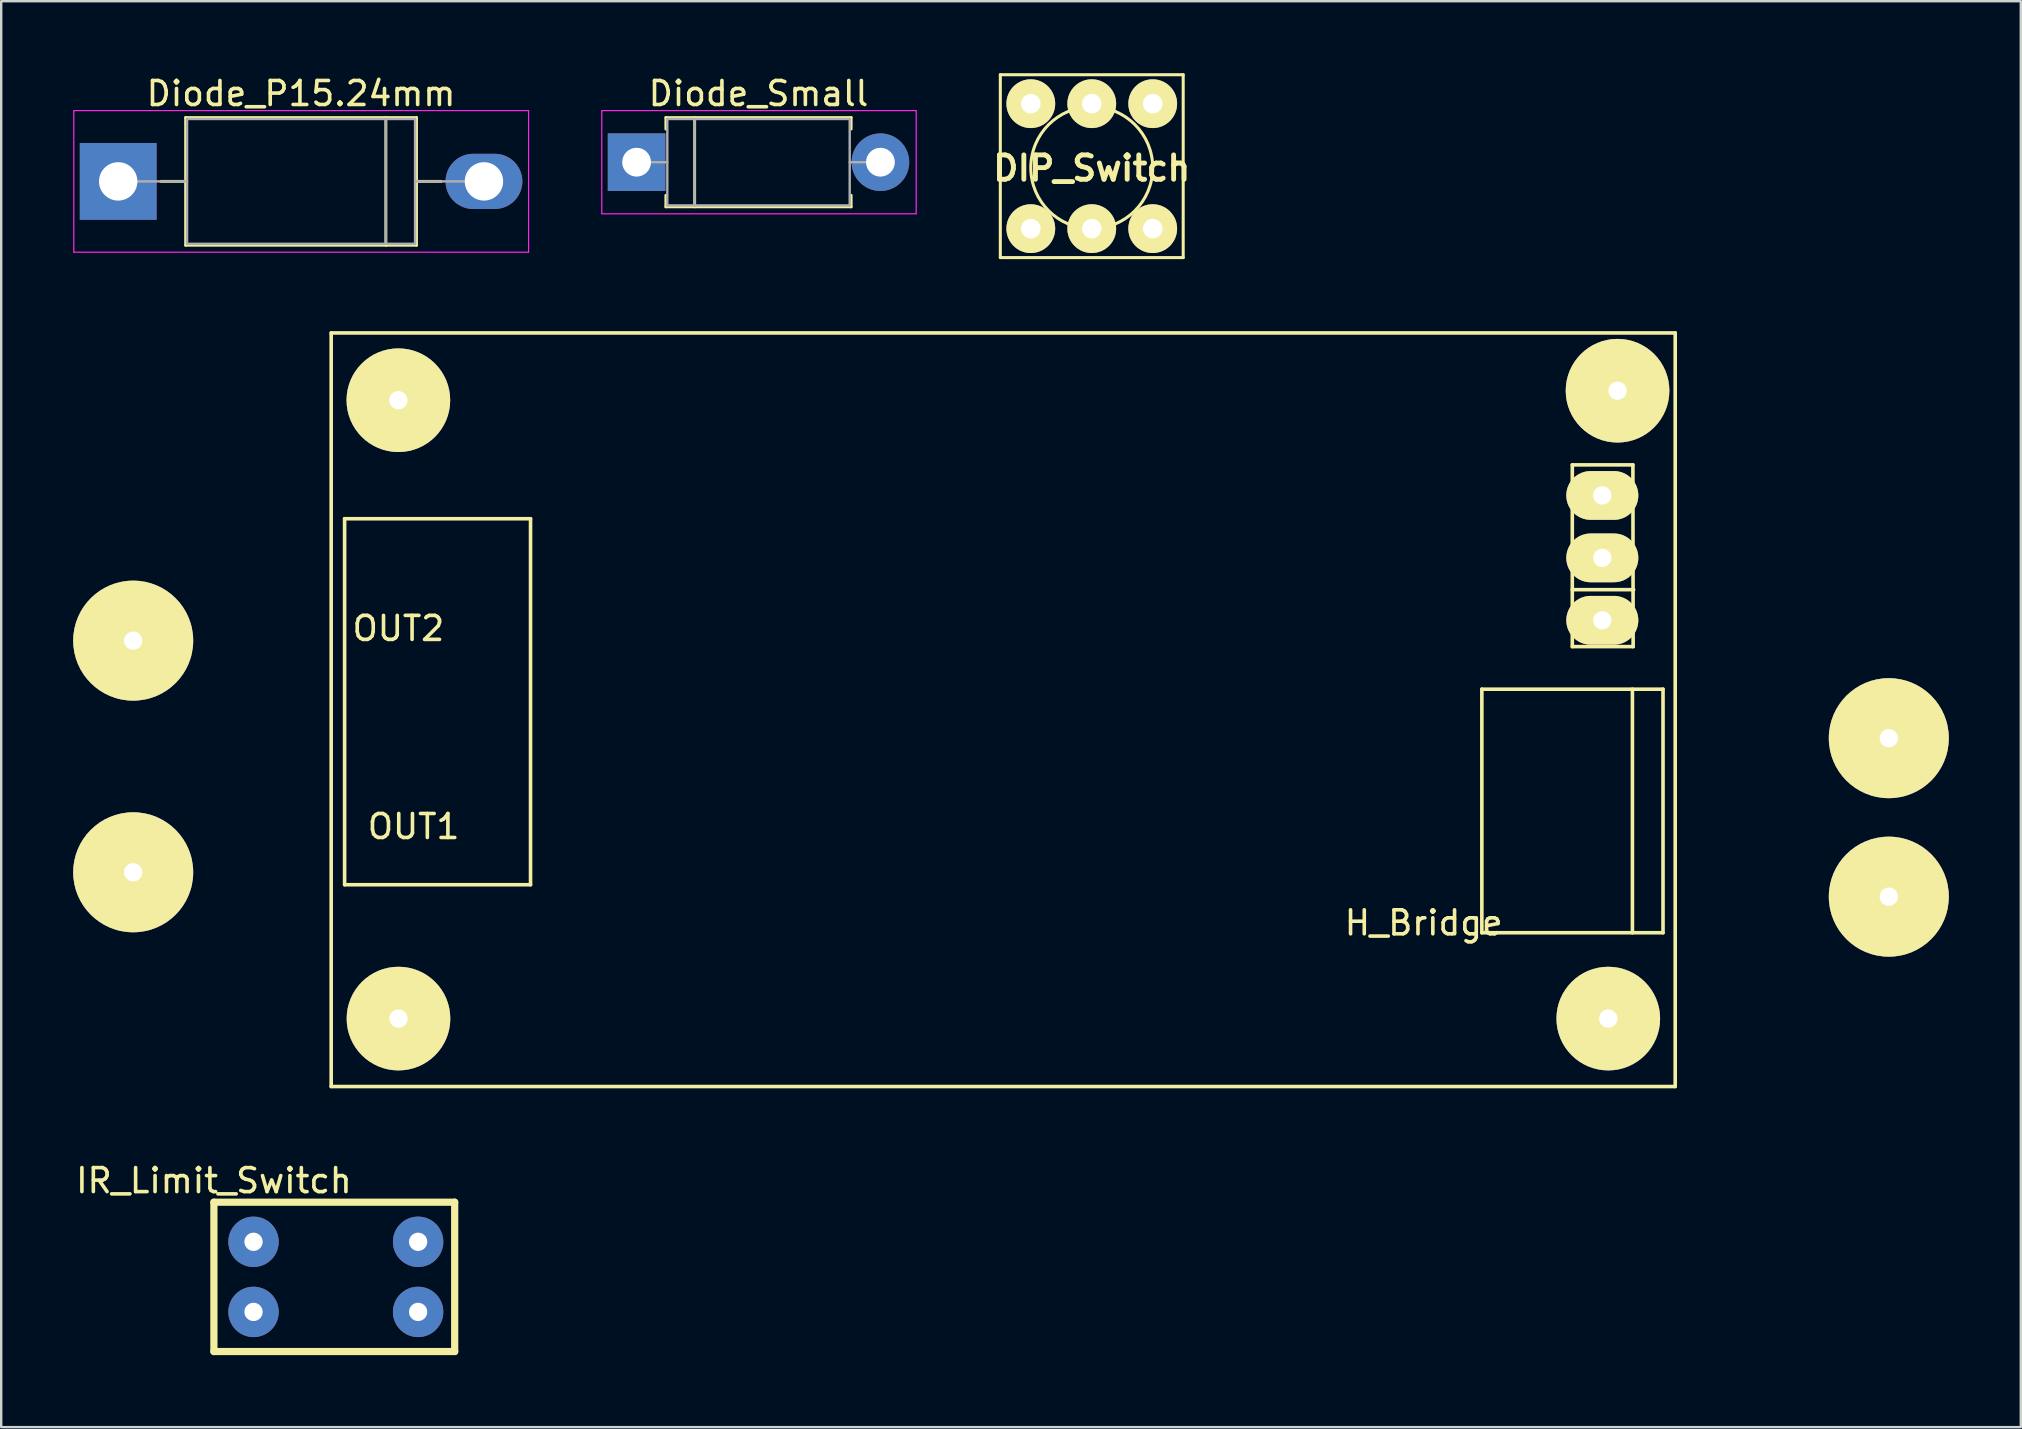
<source format=kicad_pcb>
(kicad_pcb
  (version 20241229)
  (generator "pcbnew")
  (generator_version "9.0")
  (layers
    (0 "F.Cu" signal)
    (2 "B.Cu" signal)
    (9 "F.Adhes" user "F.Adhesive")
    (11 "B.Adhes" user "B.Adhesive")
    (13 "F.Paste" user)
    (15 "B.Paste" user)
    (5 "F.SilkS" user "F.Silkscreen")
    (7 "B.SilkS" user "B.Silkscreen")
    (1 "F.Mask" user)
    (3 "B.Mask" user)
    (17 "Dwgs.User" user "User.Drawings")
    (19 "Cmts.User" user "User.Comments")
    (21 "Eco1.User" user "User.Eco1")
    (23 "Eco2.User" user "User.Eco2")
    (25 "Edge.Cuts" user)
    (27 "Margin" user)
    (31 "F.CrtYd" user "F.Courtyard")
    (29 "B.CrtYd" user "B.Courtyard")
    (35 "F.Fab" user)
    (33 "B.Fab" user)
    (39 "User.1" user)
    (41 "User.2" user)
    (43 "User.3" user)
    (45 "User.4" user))
  (footprint "DIP_Switch"
    (layer "F.Cu")
    (at 42.441 3.81)
    (property "Reference" "DIP_Switch" (at 0 0.15 0) (layer "F.SilkS") (effects (font (size 1.016 1.016) (thickness 0.203))))
    (attr through_hole)
    (fp_line (start -3.81 -3.747) (end -3.81 3.873) (stroke (width 0.127) (type solid)) (layer "F.SilkS"))
    (fp_line (start -3.81 -3.747) (end 3.81 -3.747) (stroke (width 0.127) (type solid)) (layer "F.SilkS"))
    (fp_line (start 3.81 -3.747) (end 3.81 3.873) (stroke (width 0.127) (type solid)) (layer "F.SilkS"))
    (fp_line (start 3.81 3.873) (end -3.81 3.873) (stroke (width 0.127) (type solid)) (layer "F.SilkS"))
    (fp_circle (center 0 0.127) (end 0 -2.413) (stroke (width 0.127) (type solid)) (fill no) (layer "F.SilkS"))
    (pad "" thru_hole circle (at -2.54 -2.54) (size 2.032 2.032) (drill 0.813) (layers "*.Cu" "*.Mask" "F.SilkS"))
    (pad "" thru_hole circle (at -2.54 2.667) (size 2.032 2.032) (drill 0.813) (layers "*.Cu" "*.Mask" "F.SilkS"))
    (pad "" thru_hole circle (at 0 -2.54) (size 2.032 2.032) (drill 0.813) (layers "*.Cu" "*.Mask" "F.SilkS"))
    (pad "" thru_hole circle (at 2.54 -2.54) (size 2.032 2.032) (drill 0.813) (layers "*.Cu" "*.Mask" "F.SilkS"))
    (pad "1" thru_hole circle (at 0 2.667) (size 2.032 2.032) (drill 0.813) (layers "*.Cu" "*.Mask" "F.SilkS"))
    (pad "2" thru_hole circle (at 2.54 2.667) (size 2.032 2.032) (drill 0.813) (layers "*.Cu" "*.Mask" "F.SilkS")))
  (footprint "Diode_P15.24mm"
    (layer "F.Cu")
    (at 1.875 4.508)
    (property "Reference" "Diode_P15.24mm" (at 7.62 -3.66 0) (layer "F.SilkS") (effects (font (size 1 1) (thickness 0.15))))
    (attr through_hole)
    (fp_line (start 1.78 0) (end 2.81 0) (stroke (width 0.12) (type solid)) (layer "F.SilkS"))
    (fp_line (start 2.81 -2.66) (end 2.81 2.66) (stroke (width 0.12) (type solid)) (layer "F.SilkS"))
    (fp_line (start 2.81 2.66) (end 12.43 2.66) (stroke (width 0.12) (type solid)) (layer "F.SilkS"))
    (fp_line (start 11.153 -2.66) (end 11.153 2.66) (stroke (width 0.12) (type solid)) (layer "F.SilkS"))
    (fp_line (start 12.43 -2.66) (end 2.81 -2.66) (stroke (width 0.12) (type solid)) (layer "F.SilkS"))
    (fp_line (start 12.43 2.66) (end 12.43 -2.66) (stroke (width 0.12) (type solid)) (layer "F.SilkS"))
    (fp_line (start 13.46 0) (end 12.43 0) (stroke (width 0.12) (type solid)) (layer "F.SilkS"))
    (fp_line (start -1.85 -2.95) (end -1.85 2.95) (stroke (width 0.05) (type solid)) (layer "F.CrtYd"))
    (fp_line (start -1.85 2.95) (end 17.1 2.95) (stroke (width 0.05) (type solid)) (layer "F.CrtYd"))
    (fp_line (start 17.1 -2.95) (end -1.85 -2.95) (stroke (width 0.05) (type solid)) (layer "F.CrtYd"))
    (fp_line (start 17.1 2.95) (end 17.1 -2.95) (stroke (width 0.05) (type solid)) (layer "F.CrtYd"))
    (fp_line (start 0 0) (end 2.87 0) (stroke (width 0.1) (type solid)) (layer "F.Fab"))
    (fp_line (start 2.87 -2.6) (end 2.87 2.6) (stroke (width 0.1) (type solid)) (layer "F.Fab"))
    (fp_line (start 2.87 2.6) (end 12.37 2.6) (stroke (width 0.1) (type solid)) (layer "F.Fab"))
    (fp_line (start 11.153 -2.6) (end 11.153 2.6) (stroke (width 0.1) (type solid)) (layer "F.Fab"))
    (fp_line (start 12.37 -2.6) (end 2.87 -2.6) (stroke (width 0.1) (type solid)) (layer "F.Fab"))
    (fp_line (start 12.37 2.6) (end 12.37 -2.6) (stroke (width 0.1) (type solid)) (layer "F.Fab"))
    (fp_line (start 15.24 0) (end 12.37 0) (stroke (width 0.1) (type solid)) (layer "F.Fab"))
    (pad "1" thru_hole rect (at 0 0) (size 3.2 3.2) (drill 1.6) (layers "*.Cu" "*.Mask"))
    (pad "2" thru_hole oval (at 15.24 0) (size 3.2 2.3) (drill 1.6) (layers "*.Cu" "*.Mask")))
  (footprint "H_Bridge"
    (layer "F.Cu")
    (at 62.444 28.216)
    (property "Reference" "H_Bridge" (at -6.172 7.188 0) (layer "F.SilkS") (effects (font (size 1 1) (thickness 0.15))))
    (attr through_hole)
    (fp_line (start -51.694 -17.394) (end 4.308 -17.394) (stroke (width 0.15) (type solid)) (layer "F.SilkS"))
    (fp_line (start -51.694 14.006) (end -51.694 -17.394) (stroke (width 0.15) (type solid)) (layer "F.SilkS"))
    (fp_line (start -51.135 -9.652) (end -43.388 -9.652) (stroke (width 0.15) (type solid)) (layer "F.SilkS"))
    (fp_line (start -51.135 5.598) (end -51.135 -9.652) (stroke (width 0.15) (type solid)) (layer "F.SilkS"))
    (fp_line (start -43.388 -9.652) (end -43.388 5.598) (stroke (width 0.15) (type solid)) (layer "F.SilkS"))
    (fp_line (start -43.388 5.598) (end -51.135 5.598) (stroke (width 0.15) (type solid)) (layer "F.SilkS"))
    (fp_line (start -3.749 -2.55) (end 3.8 -2.55) (stroke (width 0.15) (type solid)) (layer "F.SilkS"))
    (fp_line (start -3.749 7.6) (end -3.749 -2.55) (stroke (width 0.15) (type solid)) (layer "F.SilkS"))
    (fp_line (start 0.015 -6.695) (end 2.57 -6.695) (stroke (width 0.15) (type solid)) (layer "F.SilkS"))
    (fp_line (start 0.02 -11.897) (end 2.545 -11.897) (stroke (width 0.15) (type solid)) (layer "F.SilkS"))
    (fp_line (start 0.02 -4.323) (end 0.02 -11.897) (stroke (width 0.15) (type solid)) (layer "F.SilkS"))
    (fp_line (start 2.525 -2.55) (end 2.525 7.6) (stroke (width 0.15) (type solid)) (layer "F.SilkS"))
    (fp_line (start 2.545 -11.897) (end 2.555 -4.323) (stroke (width 0.15) (type solid)) (layer "F.SilkS"))
    (fp_line (start 2.555 -4.323) (end 0.02 -4.323) (stroke (width 0.15) (type solid)) (layer "F.SilkS"))
    (fp_line (start 2.57 -6.695) (end 2.55 -6.701) (stroke (width 0.15) (type solid)) (layer "F.SilkS"))
    (fp_line (start 3.8 -2.55) (end 3.8 7.6) (stroke (width 0.15) (type solid)) (layer "F.SilkS"))
    (fp_line (start 3.8 7.6) (end -3.749 7.6) (stroke (width 0.15) (type solid)) (layer "F.SilkS"))
    (fp_line (start 4.308 -17.394) (end 4.308 14.006) (stroke (width 0.15) (type solid)) (layer "F.SilkS"))
    (fp_line (start 4.308 14.006) (end -51.694 14.006) (stroke (width 0.15) (type solid)) (layer "F.SilkS"))
    (fp_text user "OUT1" (at -48.26 3.175 0) (layer "F.SilkS") (effects (font (size 1 1) (thickness 0.15))))
    (fp_text user "OUT2" (at -48.895 -5.08 0) (layer "F.SilkS") (effects (font (size 1 1) (thickness 0.15))))
    (pad "" thru_hole circle (at -48.895 -14.59) (size 4.318 4.318) (drill 0.762) (layers "*.Cu" "*.Mask" "F.SilkS"))
    (pad "" thru_hole circle (at -48.89 11.176) (size 4.318 4.318) (drill 0.762) (layers "*.Cu" "*.Mask" "F.SilkS"))
    (pad "" thru_hole circle (at 1.519 11.176) (size 4.318 4.318) (drill 0.762) (layers "*.Cu" "*.Mask" "F.SilkS"))
    (pad "" thru_hole circle (at 1.905 -14.986) (size 4.318 4.318) (drill 0.762) (layers "*.Cu" "*.Mask" "F.SilkS"))
    (pad "1" thru_hole circle (at -59.944 5.08) (size 5 5) (drill 0.762) (layers "*.Cu" "*.Mask" "F.SilkS"))
    (pad "2" thru_hole circle (at -59.944 -4.572) (size 5 5) (drill 0.762) (layers "*.Cu" "*.Mask" "F.SilkS"))
    (pad "3" thru_hole oval (at 1.27 -10.622) (size 3 2.032) (drill 0.762) (layers "*.Cu" "*.Mask" "F.SilkS"))
    (pad "4" thru_hole oval (at 1.27 -8.021) (size 3 2.032) (drill 0.762) (layers "*.Cu" "*.Mask" "F.SilkS"))
    (pad "5" thru_hole oval (at 1.27 -5.42) (size 3 2.032) (drill 0.762) (layers "*.Cu" "*.Mask" "F.SilkS"))
    (pad "6" thru_hole circle (at 13.208 6.096) (size 5 5) (drill 0.762) (layers "*.Cu" "*.Mask" "F.SilkS"))
    (pad "7" thru_hole circle (at 13.208 -0.508) (size 5 5) (drill 0.762) (layers "*.Cu" "*.Mask" "F.SilkS")))
  (footprint "Diode_Small"
    (layer "F.Cu")
    (at 23.475 3.708)
    (property "Reference" "Diode_Small" (at 5.08 -2.86 0) (layer "F.SilkS") (effects (font (size 1 1) (thickness 0.15))))
    (attr through_hole)
    (fp_line (start 1.22 -1.86) (end 8.94 -1.86) (stroke (width 0.12) (type solid)) (layer "F.SilkS"))
    (fp_line (start 1.22 -1.38) (end 1.22 -1.86) (stroke (width 0.12) (type solid)) (layer "F.SilkS"))
    (fp_line (start 1.22 1.38) (end 1.22 1.86) (stroke (width 0.12) (type solid)) (layer "F.SilkS"))
    (fp_line (start 1.22 1.86) (end 8.94 1.86) (stroke (width 0.12) (type solid)) (layer "F.SilkS"))
    (fp_line (start 2.42 -1.86) (end 2.42 1.86) (stroke (width 0.12) (type solid)) (layer "F.SilkS"))
    (fp_line (start 8.94 -1.86) (end 8.94 -1.38) (stroke (width 0.12) (type solid)) (layer "F.SilkS"))
    (fp_line (start 8.94 1.86) (end 8.94 1.38) (stroke (width 0.12) (type solid)) (layer "F.SilkS"))
    (fp_line (start -1.45 -2.15) (end -1.45 2.15) (stroke (width 0.05) (type solid)) (layer "F.CrtYd"))
    (fp_line (start -1.45 2.15) (end 11.65 2.15) (stroke (width 0.05) (type solid)) (layer "F.CrtYd"))
    (fp_line (start 11.65 -2.15) (end -1.45 -2.15) (stroke (width 0.05) (type solid)) (layer "F.CrtYd"))
    (fp_line (start 11.65 2.15) (end 11.65 -2.15) (stroke (width 0.05) (type solid)) (layer "F.CrtYd"))
    (fp_line (start 0 0) (end 1.28 0) (stroke (width 0.1) (type solid)) (layer "F.Fab"))
    (fp_line (start 1.28 -1.8) (end 1.28 1.8) (stroke (width 0.1) (type solid)) (layer "F.Fab"))
    (fp_line (start 1.28 1.8) (end 8.88 1.8) (stroke (width 0.1) (type solid)) (layer "F.Fab"))
    (fp_line (start 2.42 -1.8) (end 2.42 1.8) (stroke (width 0.1) (type solid)) (layer "F.Fab"))
    (fp_line (start 8.88 -1.8) (end 1.28 -1.8) (stroke (width 0.1) (type solid)) (layer "F.Fab"))
    (fp_line (start 8.88 1.8) (end 8.88 -1.8) (stroke (width 0.1) (type solid)) (layer "F.Fab"))
    (fp_line (start 10.16 0) (end 8.88 0) (stroke (width 0.1) (type solid)) (layer "F.Fab"))
    (pad "1" thru_hole rect (at 0 0) (size 2.4 2.4) (drill 1.2) (layers "*.Cu" "*.Mask"))
    (pad "2" thru_hole oval (at 10.16 0) (size 2.4 2.4) (drill 1.2) (layers "*.Cu" "*.Mask")))
  (footprint "IR_Limit_Switch"
    (layer "F.Cu")
    (at 5.863 45.645)
    (property "Reference" "IR_Limit_Switch" (at 0 0.5 0) (layer "F.SilkS") (effects (font (size 1 1) (thickness 0.15))))
    (attr through_hole)
    (fp_line (start 0 1.397) (end 10.033 1.397) (stroke (width 0.3) (type solid)) (layer "F.SilkS"))
    (fp_line (start 0 7.62) (end 0 1.397) (stroke (width 0.3) (type solid)) (layer "F.SilkS"))
    (fp_line (start 10.033 1.397) (end 10.033 7.62) (stroke (width 0.3) (type solid)) (layer "F.SilkS"))
    (fp_line (start 10.033 7.62) (end 0 7.62) (stroke (width 0.3) (type solid)) (layer "F.SilkS"))
    (pad "1" thru_hole circle (at 1.651 3.048) (size 2.1 2.1) (drill 0.762) (layers "*.Cu" "*.Mask"))
    (pad "2" thru_hole circle (at 8.509 3.048) (size 2.1 2.1) (drill 0.762) (layers "*.Cu" "*.Mask"))
    (pad "3" thru_hole circle (at 8.509 5.969) (size 2.1 2.1) (drill 0.762) (layers "*.Cu" "*.Mask"))
    (pad "4" thru_hole circle (at 1.651 5.969) (size 2.1 2.1) (drill 0.762) (layers "*.Cu" "*.Mask")))
  (gr_rect
    (start -3 -3)
    (end 81.152 56.415)
    (stroke (width 0.1) (type default))
    (fill no)
    (layer "Edge.Cuts")))
</source>
